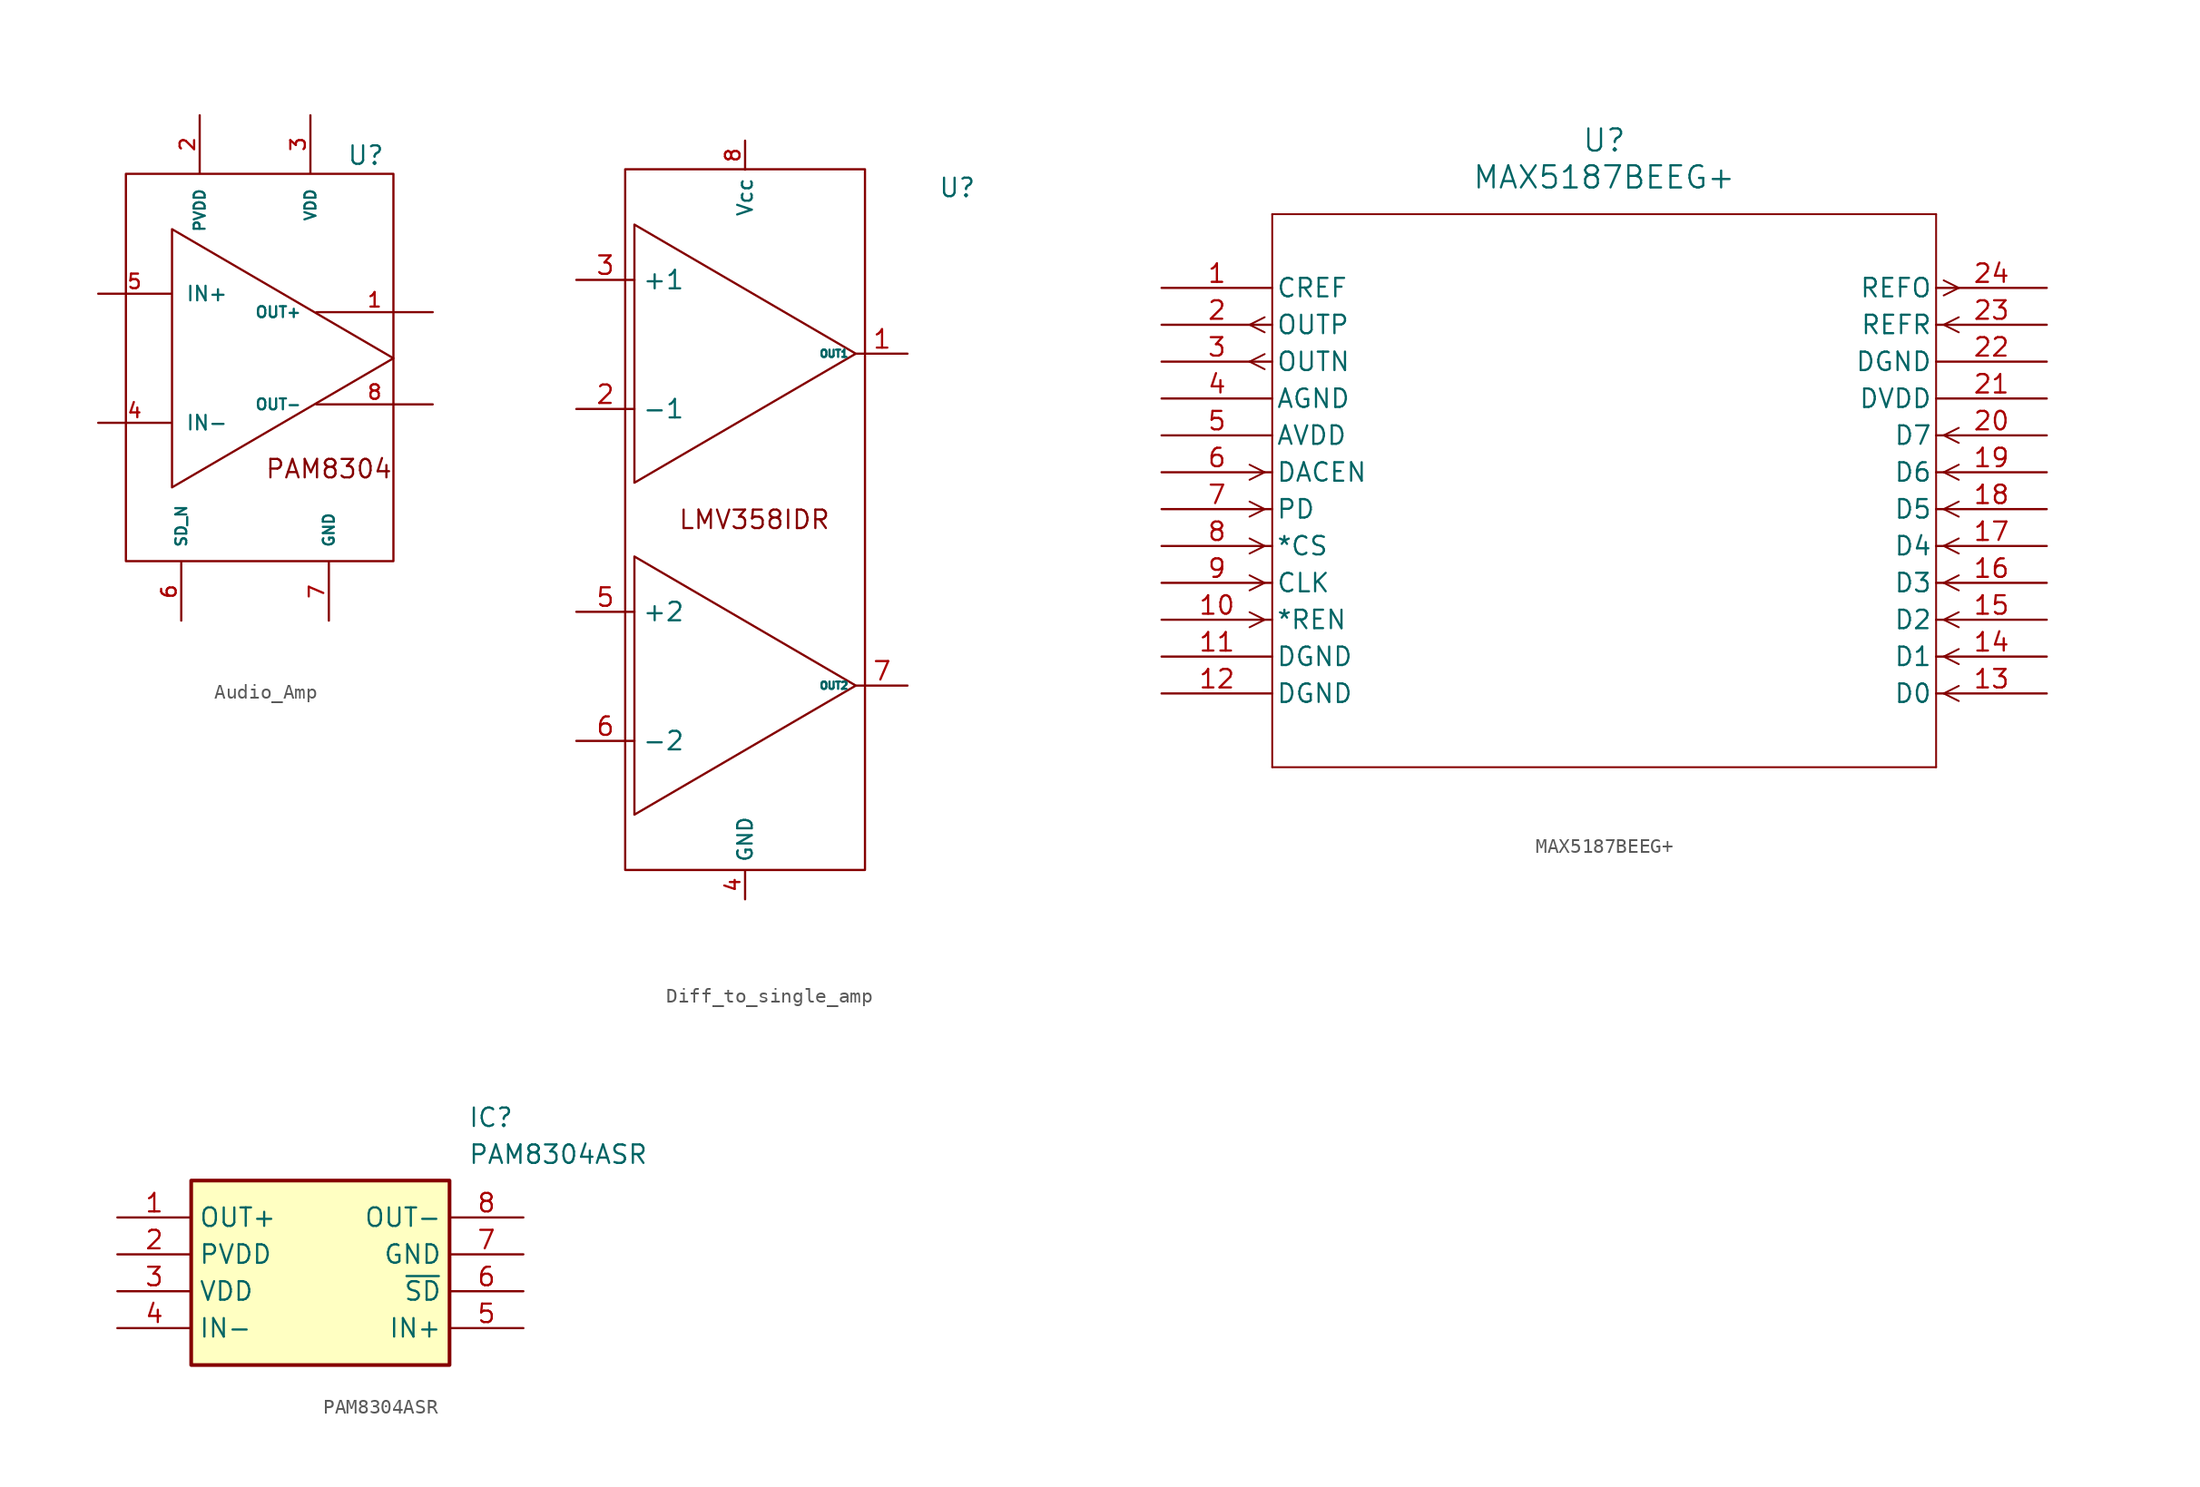
<source format=kicad_sym>
(kicad_symbol_lib
  (version 20220914)
  (generator kicad_symbol_editor)
  (symbol "Audio_Amp"
    (pin_names
      (offset 1))
    (property "Reference" "U"
      (at 8.89 13.335 0)
      (effects (font (size 1.27 1.27))))
    (property "Value" ""
      (at 0 0 0)
      (effects (font (size 1.27 1.27))))
    (symbol "Audio_Amp_0_1"
      (rectangle (start -7.62 12.065) (end 10.795 -14.605) (stroke (width 0) (type default)) (fill (type none)))
      (polyline (pts (xy -4.445 8.255) (xy -4.445 -9.525) (xy 10.795 -0.635) (xy -4.445 8.255)) (stroke (width 0) (type default)) (fill (type none))))
    (symbol "Audio_Amp_1_1"
      (text "PAM8304" (at 6.35 -8.255 0) (effects (font (size 1.27 1.27))))
      (pin output line (at 13.5 2.54 180) (length 8) (name "OUT+" (effects (font (size 0.75 0.75)))) (number "1" (effects (font (size 1 1)))))
      (pin power_in line (at -2.54 16.1 270) (length 4) (name "PVDD" (effects (font (size 0.75 0.75)))) (number "2" (effects (font (size 1 1)))))
      (pin power_in line (at 5.08 16.1 270) (length 4) (name "VDD" (effects (font (size 0.75 0.75)))) (number "3" (effects (font (size 1 1)))))
      (pin input line (at -9.525 -5.08 0) (length 5) (name "IN-" (effects (font (size 1 1)))) (number "4" (effects (font (size 1 1)))))
      (pin input line (at -9.525 3.81 0) (length 5) (name "IN+" (effects (font (size 1 1)))) (number "5" (effects (font (size 1 1)))))
      (pin input line (at -3.81 -18.7 90) (length 4) (name "SD_N" (effects (font (size 0.75 0.75)))) (number "6" (effects (font (size 1 1)))))
      (pin power_in line (at 6.35 -18.7 90) (length 4) (name "GND" (effects (font (size 0.75 0.75)))) (number "7" (effects (font (size 1 1)))))
      (pin output line (at 13.5 -3.81 180) (length 8) (name "OUT-" (effects (font (size 0.75 0.75)))) (number "8" (effects (font (size 1 1)))))))
  (symbol "Diff_to_single_amp"
    (property "Reference" "U"
      (at 29.845 3.81 0)
      (effects (font (size 1.27 1.27))))
    (property "Value" ""
      (at 8.89 -1.27 0)
      (effects (font (size 1.27 1.27))))
    (symbol "Diff_to_single_amp_0_1"
      (polyline (pts (xy 7.62 -21.59) (xy 7.62 -39.37) (xy 22.86 -30.48) (xy 7.62 -21.59)) (stroke (width 0) (type default)) (fill (type none)))
      (polyline (pts (xy 7.62 1.27) (xy 7.62 -16.51) (xy 22.86 -7.62) (xy 7.62 1.27)) (stroke (width 0) (type default)) (fill (type none)))
      (rectangle (start 6.985 5.08) (end 23.495 -43.18) (stroke (width 0) (type default)) (fill (type none))))
    (symbol "Diff_to_single_amp_1_1"
      (text "LMV358IDR" (at 15.875 -19.05 0) (effects (font (size 1.27 1.27))))
      (pin output line (at 26.42 -7.62 180) (length 3.5) (name "OUT1" (effects (font (size 0.5 0.5)))) (number "1" (effects (font (size 1.27 1.27)))))
      (pin input line (at 3.62 -11.43 0) (length 4) (name "-1" (effects (font (size 1.27 1.27)))) (number "2" (effects (font (size 1.27 1.27)))))
      (pin input line (at 3.62 -2.54 0) (length 4) (name "+1" (effects (font (size 1.27 1.27)))) (number "3" (effects (font (size 1.27 1.27)))))
      (pin power_in line (at 15.24 -45.2 90) (length 2) (name "GND" (effects (font (size 1 1)))) (number "4" (effects (font (size 1 1)))))
      (pin input line (at 3.62 -25.4 0) (length 4) (name "+2" (effects (font (size 1.27 1.27)))) (number "5" (effects (font (size 1.27 1.27)))))
      (pin input line (at 3.62 -34.29 0) (length 4) (name "-2" (effects (font (size 1.27 1.27)))) (number "6" (effects (font (size 1.27 1.27)))))
      (pin output line (at 26.42 -30.48 180) (length 3.5) (name "OUT2" (effects (font (size 0.5 0.5)))) (number "7" (effects (font (size 1.27 1.27)))))
      (pin power_in line (at 15.24 7.05 270) (length 2) (name "Vcc" (effects (font (size 1 1)))) (number "8" (effects (font (size 1 1)))))))
  (symbol "MAX5187BEEG+"
    (pin_names
      (offset 0.254))
    (property "Reference" "U"
      (at 30.48 10.16 0)
      (effects (font (size 1.524 1.524))))
    (property "Value" "MAX5187BEEG+"
      (at 30.48 7.62 0)
      (effects (font (size 1.524 1.524))))
    (property "ki_locked" ""
      (at 0 0 0)
      (effects (font (size 1.27 1.27))))
    (symbol "MAX5187BEEG+_0_1"
      (polyline (pts (xy 7.099 -22.86) (xy 6.058 -23.381)) (stroke (width 0.127) (type default)) (fill (type none)))
      (polyline (pts (xy 7.099 -22.86) (xy 6.058 -22.339)) (stroke (width 0.127) (type default)) (fill (type none)))
      (polyline (pts (xy 7.099 -20.32) (xy 6.058 -20.841)) (stroke (width 0.127) (type default)) (fill (type none)))
      (polyline (pts (xy 7.099 -20.32) (xy 6.058 -19.799)) (stroke (width 0.127) (type default)) (fill (type none)))
      (polyline (pts (xy 7.099 -17.78) (xy 6.058 -18.301)) (stroke (width 0.127) (type default)) (fill (type none)))
      (polyline (pts (xy 7.099 -17.78) (xy 6.058 -17.259)) (stroke (width 0.127) (type default)) (fill (type none)))
      (polyline (pts (xy 7.099 -15.24) (xy 6.058 -15.761)) (stroke (width 0.127) (type default)) (fill (type none)))
      (polyline (pts (xy 7.099 -15.24) (xy 6.058 -14.719)) (stroke (width 0.127) (type default)) (fill (type none)))
      (polyline (pts (xy 7.099 -12.7) (xy 6.058 -13.221)) (stroke (width 0.127) (type default)) (fill (type none)))
      (polyline (pts (xy 7.099 -12.7) (xy 6.058 -12.179)) (stroke (width 0.127) (type default)) (fill (type none)))
      (polyline (pts (xy 7.099 -5.601) (xy 6.058 -5.08)) (stroke (width 0.127) (type default)) (fill (type none)))
      (polyline (pts (xy 7.099 -4.559) (xy 6.058 -5.08)) (stroke (width 0.127) (type default)) (fill (type none)))
      (polyline (pts (xy 7.099 -3.061) (xy 6.058 -2.54)) (stroke (width 0.127) (type default)) (fill (type none)))
      (polyline (pts (xy 7.099 -2.019) (xy 6.058 -2.54)) (stroke (width 0.127) (type default)) (fill (type none)))
      (polyline (pts (xy 7.62 -33.02) (xy 53.34 -33.02)) (stroke (width 0.127) (type default)) (fill (type none)))
      (polyline (pts (xy 7.62 5.08) (xy 7.62 -33.02)) (stroke (width 0.127) (type default)) (fill (type none)))
      (polyline (pts (xy 53.34 -33.02) (xy 53.34 5.08)) (stroke (width 0.127) (type default)) (fill (type none)))
      (polyline (pts (xy 53.34 5.08) (xy 7.62 5.08)) (stroke (width 0.127) (type default)) (fill (type none)))
      (polyline (pts (xy 53.861 -27.94) (xy 54.902 -28.461)) (stroke (width 0.127) (type default)) (fill (type none)))
      (polyline (pts (xy 53.861 -27.94) (xy 54.902 -27.419)) (stroke (width 0.127) (type default)) (fill (type none)))
      (polyline (pts (xy 53.861 -25.4) (xy 54.902 -25.921)) (stroke (width 0.127) (type default)) (fill (type none)))
      (polyline (pts (xy 53.861 -25.4) (xy 54.902 -24.879)) (stroke (width 0.127) (type default)) (fill (type none)))
      (polyline (pts (xy 53.861 -22.86) (xy 54.902 -23.381)) (stroke (width 0.127) (type default)) (fill (type none)))
      (polyline (pts (xy 53.861 -22.86) (xy 54.902 -22.339)) (stroke (width 0.127) (type default)) (fill (type none)))
      (polyline (pts (xy 53.861 -20.32) (xy 54.902 -20.841)) (stroke (width 0.127) (type default)) (fill (type none)))
      (polyline (pts (xy 53.861 -20.32) (xy 54.902 -19.799)) (stroke (width 0.127) (type default)) (fill (type none)))
      (polyline (pts (xy 53.861 -17.78) (xy 54.902 -18.301)) (stroke (width 0.127) (type default)) (fill (type none)))
      (polyline (pts (xy 53.861 -17.78) (xy 54.902 -17.259)) (stroke (width 0.127) (type default)) (fill (type none)))
      (polyline (pts (xy 53.861 -15.24) (xy 54.902 -15.761)) (stroke (width 0.127) (type default)) (fill (type none)))
      (polyline (pts (xy 53.861 -15.24) (xy 54.902 -14.719)) (stroke (width 0.127) (type default)) (fill (type none)))
      (polyline (pts (xy 53.861 -12.7) (xy 54.902 -13.221)) (stroke (width 0.127) (type default)) (fill (type none)))
      (polyline (pts (xy 53.861 -12.7) (xy 54.902 -12.179)) (stroke (width 0.127) (type default)) (fill (type none)))
      (polyline (pts (xy 53.861 -10.16) (xy 54.902 -10.681)) (stroke (width 0.127) (type default)) (fill (type none)))
      (polyline (pts (xy 53.861 -10.16) (xy 54.902 -9.639)) (stroke (width 0.127) (type default)) (fill (type none)))
      (polyline (pts (xy 53.861 -2.54) (xy 54.902 -3.061)) (stroke (width 0.127) (type default)) (fill (type none)))
      (polyline (pts (xy 53.861 -2.54) (xy 54.902 -2.019)) (stroke (width 0.127) (type default)) (fill (type none)))
      (polyline (pts (xy 53.861 -0.521) (xy 54.902 0)) (stroke (width 0.127) (type default)) (fill (type none)))
      (polyline (pts (xy 53.861 0.521) (xy 54.902 0)) (stroke (width 0.127) (type default)) (fill (type none)))
      (pin unspecified line (at 0 0 0) (length 7.62) (name "CREF" (effects (font (size 1.27 1.27)))) (number "1" (effects (font (size 1.27 1.27)))))
      (pin input line (at 0 -22.86 0) (length 7.62) (name "*REN" (effects (font (size 1.27 1.27)))) (number "10" (effects (font (size 1.27 1.27)))))
      (pin power_in line (at 0 -25.4 0) (length 7.62) (name "DGND" (effects (font (size 1.27 1.27)))) (number "11" (effects (font (size 1.27 1.27)))))
      (pin power_in line (at 0 -27.94 0) (length 7.62) (name "DGND" (effects (font (size 1.27 1.27)))) (number "12" (effects (font (size 1.27 1.27)))))
      (pin input line (at 60.96 -27.94 180) (length 7.62) (name "D0" (effects (font (size 1.27 1.27)))) (number "13" (effects (font (size 1.27 1.27)))))
      (pin input line (at 60.96 -25.4 180) (length 7.62) (name "D1" (effects (font (size 1.27 1.27)))) (number "14" (effects (font (size 1.27 1.27)))))
      (pin input line (at 60.96 -22.86 180) (length 7.62) (name "D2" (effects (font (size 1.27 1.27)))) (number "15" (effects (font (size 1.27 1.27)))))
      (pin input line (at 60.96 -20.32 180) (length 7.62) (name "D3" (effects (font (size 1.27 1.27)))) (number "16" (effects (font (size 1.27 1.27)))))
      (pin input line (at 60.96 -17.78 180) (length 7.62) (name "D4" (effects (font (size 1.27 1.27)))) (number "17" (effects (font (size 1.27 1.27)))))
      (pin input line (at 60.96 -15.24 180) (length 7.62) (name "D5" (effects (font (size 1.27 1.27)))) (number "18" (effects (font (size 1.27 1.27)))))
      (pin input line (at 60.96 -12.7 180) (length 7.62) (name "D6" (effects (font (size 1.27 1.27)))) (number "19" (effects (font (size 1.27 1.27)))))
      (pin output line (at 0 -2.54 0) (length 7.62) (name "OUTP" (effects (font (size 1.27 1.27)))) (number "2" (effects (font (size 1.27 1.27)))))
      (pin input line (at 60.96 -10.16 180) (length 7.62) (name "D7" (effects (font (size 1.27 1.27)))) (number "20" (effects (font (size 1.27 1.27)))))
      (pin power_in line (at 60.96 -7.62 180) (length 7.62) (name "DVDD" (effects (font (size 1.27 1.27)))) (number "21" (effects (font (size 1.27 1.27)))))
      (pin power_in line (at 60.96 -5.08 180) (length 7.62) (name "DGND" (effects (font (size 1.27 1.27)))) (number "22" (effects (font (size 1.27 1.27)))))
      (pin input line (at 60.96 -2.54 180) (length 7.62) (name "REFR" (effects (font (size 1.27 1.27)))) (number "23" (effects (font (size 1.27 1.27)))))
      (pin output line (at 60.96 0 180) (length 7.62) (name "REFO" (effects (font (size 1.27 1.27)))) (number "24" (effects (font (size 1.27 1.27)))))
      (pin output line (at 0 -5.08 0) (length 7.62) (name "OUTN" (effects (font (size 1.27 1.27)))) (number "3" (effects (font (size 1.27 1.27)))))
      (pin power_in line (at 0 -7.62 0) (length 7.62) (name "AGND" (effects (font (size 1.27 1.27)))) (number "4" (effects (font (size 1.27 1.27)))))
      (pin power_in line (at 0 -10.16 0) (length 7.62) (name "AVDD" (effects (font (size 1.27 1.27)))) (number "5" (effects (font (size 1.27 1.27)))))
      (pin input line (at 0 -12.7 0) (length 7.62) (name "DACEN" (effects (font (size 1.27 1.27)))) (number "6" (effects (font (size 1.27 1.27)))))
      (pin input line (at 0 -15.24 0) (length 7.62) (name "PD" (effects (font (size 1.27 1.27)))) (number "7" (effects (font (size 1.27 1.27)))))
      (pin input line (at 0 -17.78 0) (length 7.62) (name "*CS" (effects (font (size 1.27 1.27)))) (number "8" (effects (font (size 1.27 1.27)))))
      (pin input line (at 0 -20.32 0) (length 7.62) (name "CLK" (effects (font (size 1.27 1.27)))) (number "9" (effects (font (size 1.27 1.27)))))))
  (symbol "PAM8304ASR"
    (property "Reference" "IC"
      (at 24.13 7.62 0)
      (effects (font (size 1.27 1.27)) (justify left top)))
    (property "Value" "PAM8304ASR"
      (at 24.13 5.08 0)
      (effects (font (size 1.27 1.27)) (justify left top)))
    (symbol "PAM8304ASR_1_1"
      (rectangle (start 5.08 2.54) (end 22.86 -10.16) (stroke (width 0.254) (type default)) (fill (type background)))
      (pin passive line (at 0 0 0) (length 5.08) (name "OUT+" (effects (font (size 1.27 1.27)))) (number "1" (effects (font (size 1.27 1.27)))))
      (pin passive line (at 0 -2.54 0) (length 5.08) (name "PVDD" (effects (font (size 1.27 1.27)))) (number "2" (effects (font (size 1.27 1.27)))))
      (pin passive line (at 0 -5.08 0) (length 5.08) (name "VDD" (effects (font (size 1.27 1.27)))) (number "3" (effects (font (size 1.27 1.27)))))
      (pin passive line (at 0 -7.62 0) (length 5.08) (name "IN-" (effects (font (size 1.27 1.27)))) (number "4" (effects (font (size 1.27 1.27)))))
      (pin passive line (at 27.94 -7.62 180) (length 5.08) (name "IN+" (effects (font (size 1.27 1.27)))) (number "5" (effects (font (size 1.27 1.27)))))
      (pin passive line (at 27.94 -5.08 180) (length 5.08) (name "~{SD}" (effects (font (size 1.27 1.27)))) (number "6" (effects (font (size 1.27 1.27)))))
      (pin passive line (at 27.94 -2.54 180) (length 5.08) (name "GND" (effects (font (size 1.27 1.27)))) (number "7" (effects (font (size 1.27 1.27)))))
      (pin passive line (at 27.94 0 180) (length 5.08) (name "OUT-" (effects (font (size 1.27 1.27)))) (number "8" (effects (font (size 1.27 1.27))))))))
</source>
